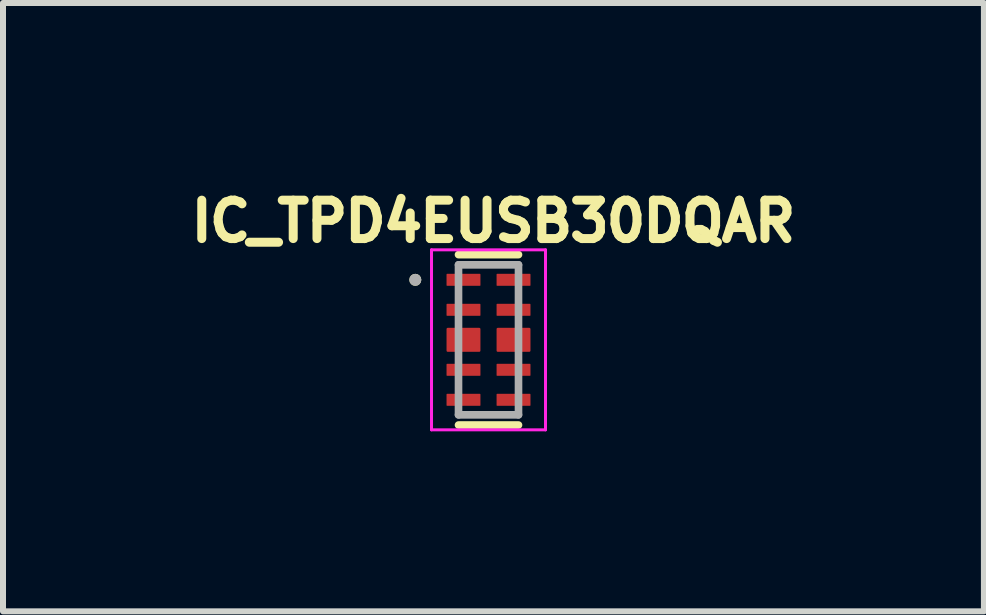
<source format=kicad_pcb>
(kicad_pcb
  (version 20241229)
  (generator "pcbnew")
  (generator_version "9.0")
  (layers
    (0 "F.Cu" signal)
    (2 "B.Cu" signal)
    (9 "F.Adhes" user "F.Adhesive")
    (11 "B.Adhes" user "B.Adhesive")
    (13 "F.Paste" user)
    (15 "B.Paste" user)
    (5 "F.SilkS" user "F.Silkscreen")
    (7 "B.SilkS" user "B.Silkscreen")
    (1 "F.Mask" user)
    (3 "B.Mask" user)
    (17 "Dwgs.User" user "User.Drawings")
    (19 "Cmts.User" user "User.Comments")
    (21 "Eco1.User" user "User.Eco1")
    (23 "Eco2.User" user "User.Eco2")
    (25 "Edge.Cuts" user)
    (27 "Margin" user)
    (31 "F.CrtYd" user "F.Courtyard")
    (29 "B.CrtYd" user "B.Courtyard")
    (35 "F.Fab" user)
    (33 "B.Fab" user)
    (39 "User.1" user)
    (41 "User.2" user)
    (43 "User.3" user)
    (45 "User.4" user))
  (footprint "IC_TPD4EUSB30DQAR"
    (layer "F.Cu")
    (at 5.092 2.614)
    (property "Reference" "IC_TPD4EUSB30DQAR" (at 0.082 -1.976 0) (layer "F.SilkS") (effects (font (size 0.64 0.64) (thickness 0.15))))
    (attr through_hole)
    (fp_line (start -0.5 -1.42) (end 0.5 -1.42) (stroke (width 0.127) (type solid)) (layer "F.SilkS"))
    (fp_line (start 0.5 1.42) (end -0.5 1.42) (stroke (width 0.127) (type solid)) (layer "F.SilkS"))
    (fp_circle (center -1.22 -1) (end -1.17 -1) (stroke (width 0.1) (type solid)) (fill no) (layer "F.SilkS"))
    (fp_poly (pts (xy -0.65 0.18) (xy -0.185 0.18) (xy -0.182 0.18) (xy -0.18 0.18) (xy -0.177 0.179) (xy -0.175 0.179) (xy -0.172 0.178) (xy -0.17 0.178) (xy -0.167 0.177) (xy -0.165 0.176) (xy -0.162 0.175) (xy -0.16 0.173) (xy -0.158 0.172) (xy -0.156 0.17) (xy -0.154 0.169) (xy -0.152 0.167) (xy -0.15 0.165) (xy -0.148 0.163) (xy -0.146 0.161) (xy -0.145 0.159) (xy -0.143 0.157) (xy -0.142 0.155) (xy -0.14 0.153) (xy -0.139 0.15) (xy -0.138 0.148) (xy -0.137 0.145) (xy -0.137 0.143) (xy -0.136 0.14) (xy -0.136 0.138) (xy -0.135 0.135) (xy -0.135 0.133) (xy -0.135 0.13) (xy -0.135 -0.133) (xy -0.135 -0.135) (xy -0.135 -0.137) (xy -0.136 -0.14) (xy -0.136 -0.142) (xy -0.137 -0.145) (xy -0.137 -0.147) (xy -0.138 -0.15) (xy -0.139 -0.152) (xy -0.14 -0.154) (xy -0.141 -0.156) (xy -0.143 -0.158) (xy -0.144 -0.16) (xy -0.146 -0.162) (xy -0.147 -0.164) (xy -0.149 -0.166) (xy -0.151 -0.168) (xy -0.153 -0.169) (xy -0.155 -0.171) (xy -0.157 -0.172) (xy -0.159 -0.174) (xy -0.161 -0.175) (xy -0.163 -0.176) (xy -0.165 -0.177) (xy -0.168 -0.178) (xy -0.17 -0.178) (xy -0.173 -0.179) (xy -0.175 -0.179) (xy -0.178 -0.18) (xy -0.18 -0.18) (xy -0.182 -0.18) (xy -0.65 -0.18) (xy -0.653 -0.18) (xy -0.655 -0.18) (xy -0.658 -0.179) (xy -0.66 -0.179) (xy -0.663 -0.178) (xy -0.665 -0.178) (xy -0.668 -0.177) (xy -0.67 -0.176) (xy -0.673 -0.175) (xy -0.675 -0.173) (xy -0.677 -0.172) (xy -0.679 -0.17) (xy -0.681 -0.169) (xy -0.683 -0.167) (xy -0.685 -0.165) (xy -0.687 -0.163) (xy -0.689 -0.161) (xy -0.69 -0.159) (xy -0.692 -0.157) (xy -0.693 -0.155) (xy -0.695 -0.153) (xy -0.696 -0.15) (xy -0.697 -0.148) (xy -0.698 -0.145) (xy -0.698 -0.143) (xy -0.699 -0.14) (xy -0.699 -0.138) (xy -0.7 -0.135) (xy -0.7 -0.133) (xy -0.7 -0.13) (xy -0.7 0.13) (xy -0.7 0.133) (xy -0.7 0.135) (xy -0.699 0.138) (xy -0.699 0.14) (xy -0.698 0.143) (xy -0.698 0.145) (xy -0.697 0.148) (xy -0.696 0.15) (xy -0.695 0.153) (xy -0.693 0.155) (xy -0.692 0.157) (xy -0.69 0.159) (xy -0.689 0.161) (xy -0.687 0.163) (xy -0.685 0.165) (xy -0.683 0.167) (xy -0.681 0.169) (xy -0.679 0.17) (xy -0.677 0.172) (xy -0.675 0.173) (xy -0.673 0.175) (xy -0.67 0.176) (xy -0.668 0.177) (xy -0.665 0.178) (xy -0.663 0.178) (xy -0.66 0.179) (xy -0.658 0.179) (xy -0.655 0.18) (xy -0.653 0.18) (xy -0.65 0.18)) (stroke (width 0.01) (type solid)) (fill yes) (layer "F.Paste"))
    (fp_poly (pts (xy 0.185 0.18) (xy 0.65 0.18) (xy 0.653 0.18) (xy 0.655 0.18) (xy 0.658 0.179) (xy 0.66 0.179) (xy 0.663 0.178) (xy 0.665 0.178) (xy 0.668 0.177) (xy 0.67 0.176) (xy 0.673 0.175) (xy 0.675 0.173) (xy 0.677 0.172) (xy 0.679 0.17) (xy 0.681 0.169) (xy 0.683 0.167) (xy 0.685 0.165) (xy 0.687 0.163) (xy 0.689 0.161) (xy 0.69 0.159) (xy 0.692 0.157) (xy 0.693 0.155) (xy 0.695 0.153) (xy 0.696 0.15) (xy 0.697 0.148) (xy 0.698 0.145) (xy 0.698 0.143) (xy 0.699 0.14) (xy 0.699 0.138) (xy 0.7 0.135) (xy 0.7 0.133) (xy 0.7 0.13) (xy 0.7 -0.133) (xy 0.7 -0.135) (xy 0.7 -0.137) (xy 0.699 -0.14) (xy 0.699 -0.142) (xy 0.698 -0.145) (xy 0.698 -0.147) (xy 0.697 -0.15) (xy 0.696 -0.152) (xy 0.695 -0.154) (xy 0.694 -0.156) (xy 0.692 -0.158) (xy 0.691 -0.16) (xy 0.689 -0.162) (xy 0.688 -0.164) (xy 0.686 -0.166) (xy 0.684 -0.168) (xy 0.682 -0.169) (xy 0.68 -0.171) (xy 0.678 -0.172) (xy 0.676 -0.174) (xy 0.674 -0.175) (xy 0.672 -0.176) (xy 0.67 -0.177) (xy 0.667 -0.178) (xy 0.665 -0.178) (xy 0.662 -0.179) (xy 0.66 -0.179) (xy 0.657 -0.18) (xy 0.655 -0.18) (xy 0.652 -0.18) (xy 0.185 -0.18) (xy 0.182 -0.18) (xy 0.18 -0.18) (xy 0.177 -0.179) (xy 0.175 -0.179) (xy 0.172 -0.178) (xy 0.17 -0.178) (xy 0.167 -0.177) (xy 0.165 -0.176) (xy 0.162 -0.175) (xy 0.16 -0.173) (xy 0.158 -0.172) (xy 0.156 -0.17) (xy 0.154 -0.169) (xy 0.152 -0.167) (xy 0.15 -0.165) (xy 0.148 -0.163) (xy 0.146 -0.161) (xy 0.145 -0.159) (xy 0.143 -0.157) (xy 0.142 -0.155) (xy 0.14 -0.153) (xy 0.139 -0.15) (xy 0.138 -0.148) (xy 0.137 -0.145) (xy 0.137 -0.143) (xy 0.136 -0.14) (xy 0.136 -0.138) (xy 0.135 -0.135) (xy 0.135 -0.133) (xy 0.135 -0.13) (xy 0.135 0.13) (xy 0.135 0.133) (xy 0.135 0.135) (xy 0.136 0.138) (xy 0.136 0.14) (xy 0.137 0.143) (xy 0.137 0.145) (xy 0.138 0.148) (xy 0.139 0.15) (xy 0.14 0.153) (xy 0.142 0.155) (xy 0.143 0.157) (xy 0.145 0.159) (xy 0.146 0.161) (xy 0.148 0.163) (xy 0.15 0.165) (xy 0.152 0.167) (xy 0.154 0.169) (xy 0.156 0.17) (xy 0.158 0.172) (xy 0.16 0.173) (xy 0.162 0.175) (xy 0.165 0.176) (xy 0.167 0.177) (xy 0.17 0.178) (xy 0.172 0.178) (xy 0.175 0.179) (xy 0.177 0.179) (xy 0.18 0.18) (xy 0.182 0.18) (xy 0.185 0.18)) (stroke (width 0.01) (type solid)) (fill yes) (layer "F.Paste"))
    (fp_line (start -0.95 -1.5) (end 0.95 -1.5) (stroke (width 0.05) (type solid)) (layer "F.CrtYd"))
    (fp_line (start -0.95 1.5) (end -0.95 -1.5) (stroke (width 0.05) (type solid)) (layer "F.CrtYd"))
    (fp_line (start 0.95 -1.5) (end 0.95 1.5) (stroke (width 0.05) (type solid)) (layer "F.CrtYd"))
    (fp_line (start 0.95 1.5) (end -0.95 1.5) (stroke (width 0.05) (type solid)) (layer "F.CrtYd"))
    (fp_line (start -0.5 -1.25) (end 0.5 -1.25) (stroke (width 0.127) (type solid)) (layer "F.Fab"))
    (fp_line (start -0.5 1.25) (end -0.5 -1.25) (stroke (width 0.127) (type solid)) (layer "F.Fab"))
    (fp_line (start 0.5 -1.25) (end 0.5 1.25) (stroke (width 0.127) (type solid)) (layer "F.Fab"))
    (fp_line (start 0.5 1.25) (end -0.5 1.25) (stroke (width 0.127) (type solid)) (layer "F.Fab"))
    (fp_circle (center -1.22 -1) (end -1.17 -1) (stroke (width 0.1) (type solid)) (fill no) (layer "F.Fab"))
    (pad "1" smd roundrect (at -0.417 -1) (size 0.565 0.2) (layers "F.Cu" "F.Mask" "F.Paste") (roundrect_rratio 0.05))
    (pad "2" smd roundrect (at -0.417 -0.5) (size 0.565 0.2) (layers "F.Cu" "F.Mask" "F.Paste") (roundrect_rratio 0.05))
    (pad "3" smd roundrect (at -0.417 0) (size 0.565 0.4) (layers "F.Cu" "F.Mask" "F.Paste") (roundrect_rratio 0.05))
    (pad "4" smd roundrect (at -0.417 0.5) (size 0.565 0.2) (layers "F.Cu" "F.Mask" "F.Paste") (roundrect_rratio 0.05))
    (pad "5" smd roundrect (at -0.417 1) (size 0.565 0.2) (layers "F.Cu" "F.Mask" "F.Paste") (roundrect_rratio 0.05))
    (pad "6" smd roundrect (at 0.417 1) (size 0.565 0.2) (layers "F.Cu" "F.Mask" "F.Paste") (roundrect_rratio 0.05))
    (pad "7" smd roundrect (at 0.417 0.5) (size 0.565 0.2) (layers "F.Cu" "F.Mask" "F.Paste") (roundrect_rratio 0.05))
    (pad "8" smd roundrect (at 0.417 0) (size 0.565 0.4) (layers "F.Cu" "F.Mask" "F.Paste") (roundrect_rratio 0.05))
    (pad "9" smd roundrect (at 0.417 -0.5) (size 0.565 0.2) (layers "F.Cu" "F.Mask" "F.Paste") (roundrect_rratio 0.05))
    (pad "10" smd roundrect (at 0.417 -1) (size 0.565 0.2) (layers "F.Cu" "F.Mask" "F.Paste") (roundrect_rratio 0.05)))
  (gr_rect
    (start -3 -3)
    (end 13.349 7.139)
    (stroke (width 0.1) (type default))
    (fill no)
    (layer "Edge.Cuts")))
</source>
